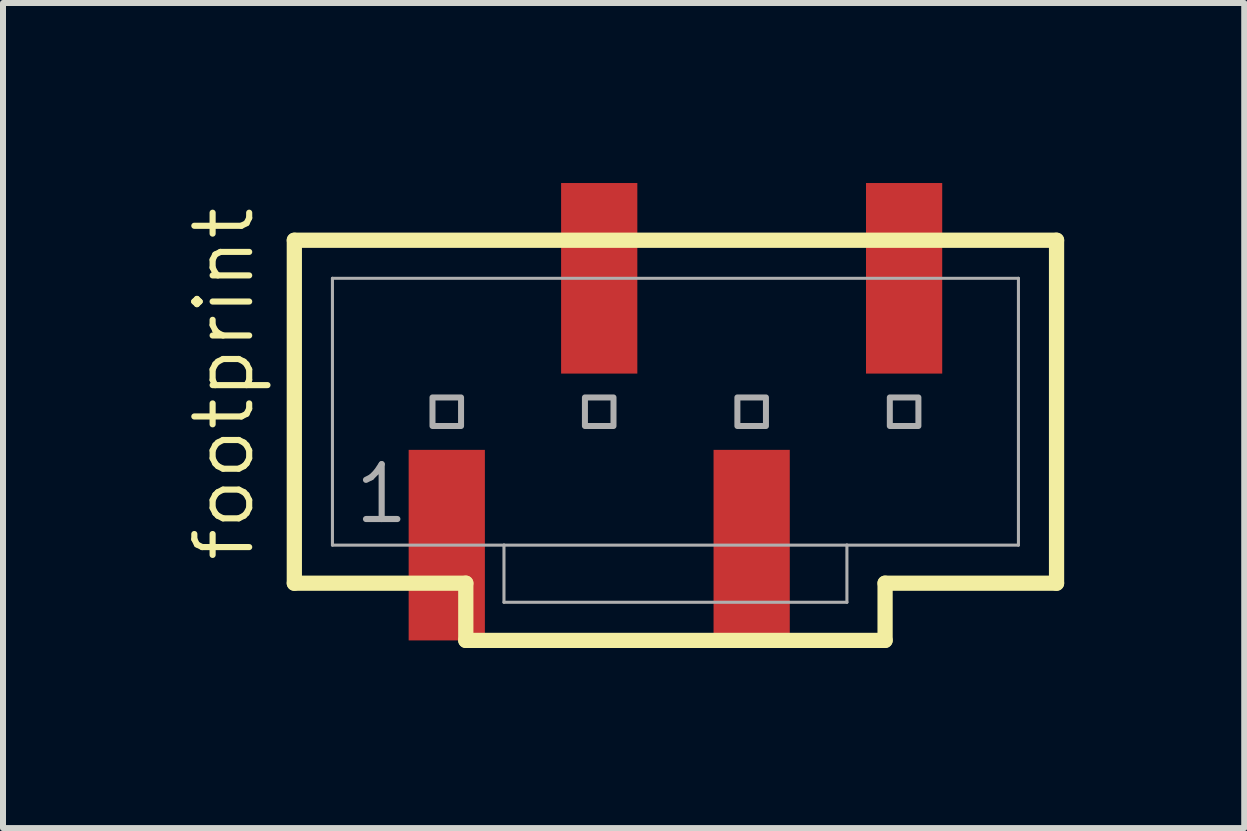
<source format=kicad_pcb>
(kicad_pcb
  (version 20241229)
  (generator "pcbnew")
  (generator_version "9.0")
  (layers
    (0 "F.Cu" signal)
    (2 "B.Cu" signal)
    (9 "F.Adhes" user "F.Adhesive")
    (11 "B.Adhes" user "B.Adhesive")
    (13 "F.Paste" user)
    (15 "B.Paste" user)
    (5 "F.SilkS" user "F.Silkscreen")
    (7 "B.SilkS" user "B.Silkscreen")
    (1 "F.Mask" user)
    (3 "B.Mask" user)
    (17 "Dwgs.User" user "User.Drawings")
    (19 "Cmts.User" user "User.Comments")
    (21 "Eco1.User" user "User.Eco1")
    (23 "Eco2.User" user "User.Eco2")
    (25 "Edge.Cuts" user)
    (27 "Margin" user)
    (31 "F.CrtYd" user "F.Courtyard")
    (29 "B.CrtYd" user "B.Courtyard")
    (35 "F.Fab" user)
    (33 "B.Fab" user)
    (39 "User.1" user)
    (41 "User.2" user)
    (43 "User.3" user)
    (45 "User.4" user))
  (footprint "footprint"
    (layer "F.Cu")
    (at 8.204 3.81)
    (property "Reference" "footprint" (at -6.985 2.54 90) (layer "F.SilkS") (effects (font (size 0.914 0.914) (thickness 0.102)) (justify left bottom)))
    (fp_line (start -6.35 -2.857) (end -6.35 2.857) (stroke (width 0.254) (type solid)) (layer "F.SilkS"))
    (fp_line (start -6.35 2.857) (end -3.493 2.857) (stroke (width 0.254) (type solid)) (layer "F.SilkS"))
    (fp_line (start -3.493 2.857) (end -3.493 3.81) (stroke (width 0.254) (type solid)) (layer "F.SilkS"))
    (fp_line (start -3.493 3.81) (end 3.493 3.81) (stroke (width 0.254) (type solid)) (layer "F.SilkS"))
    (fp_line (start 3.493 2.857) (end 6.35 2.857) (stroke (width 0.254) (type solid)) (layer "F.SilkS"))
    (fp_line (start 3.493 3.81) (end 3.493 2.857) (stroke (width 0.254) (type solid)) (layer "F.SilkS"))
    (fp_line (start 6.35 -2.857) (end -6.35 -2.857) (stroke (width 0.254) (type solid)) (layer "F.SilkS"))
    (fp_line (start 6.35 2.857) (end 6.35 -2.857) (stroke (width 0.254) (type solid)) (layer "F.SilkS"))
    (fp_line (start -5.715 -2.223) (end -5.715 2.223) (stroke (width 0.051) (type solid)) (layer "F.Fab"))
    (fp_line (start -5.715 -2.223) (end 5.715 -2.223) (stroke (width 0.051) (type solid)) (layer "F.Fab"))
    (fp_line (start -5.715 2.223) (end -2.857 2.223) (stroke (width 0.051) (type solid)) (layer "F.Fab"))
    (fp_line (start -2.857 2.223) (end -2.857 3.175) (stroke (width 0.051) (type solid)) (layer "F.Fab"))
    (fp_line (start -2.857 2.223) (end 2.857 2.223) (stroke (width 0.051) (type solid)) (layer "F.Fab"))
    (fp_line (start 2.857 2.223) (end 2.857 3.175) (stroke (width 0.051) (type solid)) (layer "F.Fab"))
    (fp_line (start 2.857 2.223) (end 5.715 2.223) (stroke (width 0.051) (type solid)) (layer "F.Fab"))
    (fp_line (start 2.857 3.175) (end -2.857 3.175) (stroke (width 0.051) (type solid)) (layer "F.Fab"))
    (fp_line (start 5.715 -2.223) (end 5.715 2.223) (stroke (width 0.051) (type solid)) (layer "F.Fab"))
    (fp_poly (pts (xy -4.048 0.238) (xy -3.572 0.238) (xy -3.572 -0.238) (xy -4.048 -0.238)) (stroke (width 0.1) (type solid)) (fill no) (layer "F.Fab"))
    (fp_poly (pts (xy -1.508 0.238) (xy -1.032 0.238) (xy -1.032 -0.238) (xy -1.508 -0.238)) (stroke (width 0.1) (type solid)) (fill no) (layer "F.Fab"))
    (fp_poly (pts (xy 1.032 0.238) (xy 1.508 0.238) (xy 1.508 -0.238) (xy 1.032 -0.238)) (stroke (width 0.1) (type solid)) (fill no) (layer "F.Fab"))
    (fp_poly (pts (xy 3.572 0.238) (xy 4.048 0.238) (xy 4.048 -0.238) (xy 3.572 -0.238)) (stroke (width 0.1) (type solid)) (fill no) (layer "F.Fab"))
    (fp_text user "1" (at -5.397 1.905 0) (layer "F.Fab") (effects (font (size 0.914 0.914) (thickness 0.102)) (justify left bottom)))
    (pad "1" smd rect (at -3.81 2.223 270) (size 3.175 1.27) (layers "F.Cu" "F.Mask" "F.Paste"))
    (pad "2" smd rect (at -1.27 -2.223 270) (size 3.175 1.27) (layers "F.Cu" "F.Mask" "F.Paste"))
    (pad "3" smd rect (at 1.27 2.223 270) (size 3.175 1.27) (layers "F.Cu" "F.Mask" "F.Paste"))
    (pad "4" smd rect (at 3.81 -2.223 270) (size 3.175 1.27) (layers "F.Cu" "F.Mask" "F.Paste")))
  (gr_rect
    (start -3 -3)
    (end 17.681 10.747)
    (stroke (width 0.1) (type default))
    (fill no)
    (layer "Edge.Cuts")))
</source>
